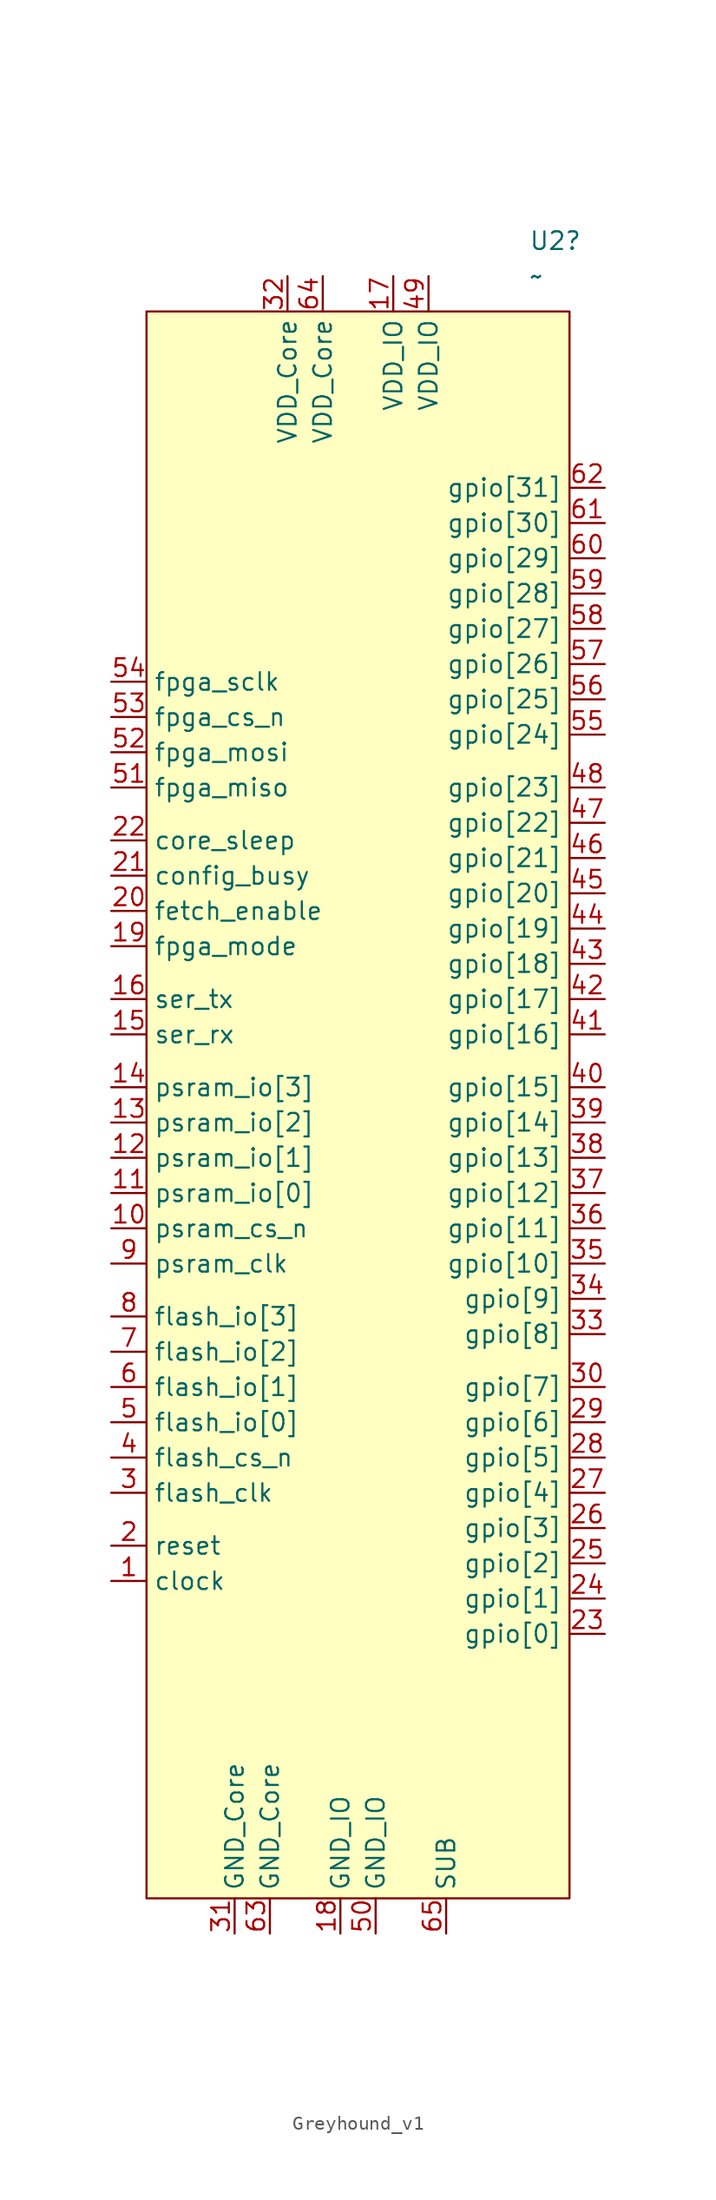
<source format=kicad_sym>
(kicad_symbol_lib
  (version 20241209)
  (generator "kicad_symbol_editor")
  (generator_version "9.0")
  (symbol "Greyhound_v1"
    (property "Reference" "U2"
      (at 12.303 58.42 0)
      (effects (font (size 1.27 1.27)) (justify left)))
    (property "Value" "~"
      (at 12.303 55.88 0)
      (effects (font (size 1.27 1.27)) (justify left)))
    (symbol "Greyhound_v1_0_0"
      (pin power_in line (at -6.35 -63.5 90) (length 2.54) (name "GND_Core" (effects (font (size 1.27 1.27)))) (number "63" (effects (font (size 1.27 1.27)))))
      (pin power_in line (at -2.54 55.88 270) (length 2.54) (name "VDD_Core" (effects (font (size 1.27 1.27)))) (number "64" (effects (font (size 1.27 1.27)))))
      (pin power_in line (at 2.54 55.88 270) (length 2.54) (name "VDD_IO" (effects (font (size 1.27 1.27)))) (number "17" (effects (font (size 1.27 1.27)))))
      (pin power_in line (at 6.35 -63.5 90) (length 2.54) (name "SUB" (effects (font (size 1.27 1.27)))) (number "65" (effects (font (size 1.27 1.27))))))
    (symbol "Greyhound_v1_1_0"
      (pin bidirectional line (at -17.78 26.67 0) (length 2.54) (name "fpga_sclk" (effects (font (size 1.27 1.27)))) (number "54" (effects (font (size 1.27 1.27)))))
      (pin bidirectional line (at -17.78 24.13 0) (length 2.54) (name "fpga_cs_n" (effects (font (size 1.27 1.27)))) (number "53" (effects (font (size 1.27 1.27)))))
      (pin bidirectional line (at -17.78 21.59 0) (length 2.54) (name "fpga_mosi" (effects (font (size 1.27 1.27)))) (number "52" (effects (font (size 1.27 1.27)))))
      (pin bidirectional line (at -17.78 19.05 0) (length 2.54) (name "fpga_miso" (effects (font (size 1.27 1.27)))) (number "51" (effects (font (size 1.27 1.27)))))
      (pin output line (at -17.78 15.24 0) (length 2.54) (name "core_sleep" (effects (font (size 1.27 1.27)))) (number "22" (effects (font (size 1.27 1.27)))))
      (pin output line (at -17.78 12.7 0) (length 2.54) (name "config_busy" (effects (font (size 1.27 1.27)))) (number "21" (effects (font (size 1.27 1.27)))))
      (pin input line (at -17.78 10.16 0) (length 2.54) (name "fetch_enable" (effects (font (size 1.27 1.27)))) (number "20" (effects (font (size 1.27 1.27)))))
      (pin input line (at -17.78 7.62 0) (length 2.54) (name "fpga_mode" (effects (font (size 1.27 1.27)))) (number "19" (effects (font (size 1.27 1.27)))))
      (pin output line (at -17.78 3.81 0) (length 2.54) (name "ser_tx" (effects (font (size 1.27 1.27)))) (number "16" (effects (font (size 1.27 1.27)))))
      (pin input line (at -17.78 1.27 0) (length 2.54) (name "ser_rx" (effects (font (size 1.27 1.27)))) (number "15" (effects (font (size 1.27 1.27)))))
      (pin bidirectional line (at -17.78 -2.54 0) (length 2.54) (name "psram_io[3]" (effects (font (size 1.27 1.27)))) (number "14" (effects (font (size 1.27 1.27)))))
      (pin bidirectional line (at -17.78 -5.08 0) (length 2.54) (name "psram_io[2]" (effects (font (size 1.27 1.27)))) (number "13" (effects (font (size 1.27 1.27)))))
      (pin bidirectional line (at -17.78 -7.62 0) (length 2.54) (name "psram_io[1]" (effects (font (size 1.27 1.27)))) (number "12" (effects (font (size 1.27 1.27)))))
      (pin bidirectional line (at -17.78 -10.16 0) (length 2.54) (name "psram_io[0]" (effects (font (size 1.27 1.27)))) (number "11" (effects (font (size 1.27 1.27)))))
      (pin output line (at -17.78 -12.7 0) (length 2.54) (name "psram_cs_n" (effects (font (size 1.27 1.27)))) (number "10" (effects (font (size 1.27 1.27)))))
      (pin output line (at -17.78 -15.24 0) (length 2.54) (name "psram_clk" (effects (font (size 1.27 1.27)))) (number "9" (effects (font (size 1.27 1.27)))))
      (pin bidirectional line (at -17.78 -19.05 0) (length 2.54) (name "flash_io[3]" (effects (font (size 1.27 1.27)))) (number "8" (effects (font (size 1.27 1.27)))))
      (pin bidirectional line (at -17.78 -21.59 0) (length 2.54) (name "flash_io[2]" (effects (font (size 1.27 1.27)))) (number "7" (effects (font (size 1.27 1.27)))))
      (pin bidirectional line (at -17.78 -24.13 0) (length 2.54) (name "flash_io[1]" (effects (font (size 1.27 1.27)))) (number "6" (effects (font (size 1.27 1.27)))))
      (pin bidirectional line (at -17.78 -26.67 0) (length 2.54) (name "flash_io[0]" (effects (font (size 1.27 1.27)))) (number "5" (effects (font (size 1.27 1.27)))))
      (pin output line (at -17.78 -29.21 0) (length 2.54) (name "flash_cs_n" (effects (font (size 1.27 1.27)))) (number "4" (effects (font (size 1.27 1.27)))))
      (pin output line (at -17.78 -31.75 0) (length 2.54) (name "flash_clk" (effects (font (size 1.27 1.27)))) (number "3" (effects (font (size 1.27 1.27)))))
      (pin input line (at -17.78 -35.56 0) (length 2.54) (name "reset" (effects (font (size 1.27 1.27)))) (number "2" (effects (font (size 1.27 1.27)))))
      (pin input line (at -17.78 -38.1 0) (length 2.54) (name "clock" (effects (font (size 1.27 1.27)))) (number "1" (effects (font (size 1.27 1.27)))))
      (pin power_in line (at -8.89 -63.5 90) (length 2.54) (name "GND_Core" (effects (font (size 1.27 1.27)))) (number "31" (effects (font (size 1.27 1.27)))))
      (pin power_in line (at -5.08 55.88 270) (length 2.54) (name "VDD_Core" (effects (font (size 1.27 1.27)))) (number "32" (effects (font (size 1.27 1.27)))))
      (pin power_in line (at -1.27 -63.5 90) (length 2.54) (name "GND_IO" (effects (font (size 1.27 1.27)))) (number "18" (effects (font (size 1.27 1.27)))))
      (pin power_in line (at 1.27 -63.5 90) (length 2.54) (name "GND_IO" (effects (font (size 1.27 1.27)))) (number "50" (effects (font (size 1.27 1.27)))))
      (pin power_in line (at 5.08 55.88 270) (length 2.54) (name "VDD_IO" (effects (font (size 1.27 1.27)))) (number "49" (effects (font (size 1.27 1.27)))))
      (pin bidirectional line (at 17.78 40.64 180) (length 2.54) (name "gpio[31]" (effects (font (size 1.27 1.27)))) (number "62" (effects (font (size 1.27 1.27)))))
      (pin bidirectional line (at 17.78 38.1 180) (length 2.54) (name "gpio[30]" (effects (font (size 1.27 1.27)))) (number "61" (effects (font (size 1.27 1.27)))))
      (pin bidirectional line (at 17.78 35.56 180) (length 2.54) (name "gpio[29]" (effects (font (size 1.27 1.27)))) (number "60" (effects (font (size 1.27 1.27)))))
      (pin bidirectional line (at 17.78 33.02 180) (length 2.54) (name "gpio[28]" (effects (font (size 1.27 1.27)))) (number "59" (effects (font (size 1.27 1.27)))))
      (pin bidirectional line (at 17.78 30.48 180) (length 2.54) (name "gpio[27]" (effects (font (size 1.27 1.27)))) (number "58" (effects (font (size 1.27 1.27)))))
      (pin bidirectional line (at 17.78 27.94 180) (length 2.54) (name "gpio[26]" (effects (font (size 1.27 1.27)))) (number "57" (effects (font (size 1.27 1.27)))))
      (pin bidirectional line (at 17.78 25.4 180) (length 2.54) (name "gpio[25]" (effects (font (size 1.27 1.27)))) (number "56" (effects (font (size 1.27 1.27)))))
      (pin bidirectional line (at 17.78 22.86 180) (length 2.54) (name "gpio[24]" (effects (font (size 1.27 1.27)))) (number "55" (effects (font (size 1.27 1.27)))))
      (pin bidirectional line (at 17.78 19.05 180) (length 2.54) (name "gpio[23]" (effects (font (size 1.27 1.27)))) (number "48" (effects (font (size 1.27 1.27)))))
      (pin bidirectional line (at 17.78 16.51 180) (length 2.54) (name "gpio[22]" (effects (font (size 1.27 1.27)))) (number "47" (effects (font (size 1.27 1.27)))))
      (pin bidirectional line (at 17.78 13.97 180) (length 2.54) (name "gpio[21]" (effects (font (size 1.27 1.27)))) (number "46" (effects (font (size 1.27 1.27)))))
      (pin bidirectional line (at 17.78 11.43 180) (length 2.54) (name "gpio[20]" (effects (font (size 1.27 1.27)))) (number "45" (effects (font (size 1.27 1.27)))))
      (pin bidirectional line (at 17.78 8.89 180) (length 2.54) (name "gpio[19]" (effects (font (size 1.27 1.27)))) (number "44" (effects (font (size 1.27 1.27)))))
      (pin bidirectional line (at 17.78 6.35 180) (length 2.54) (name "gpio[18]" (effects (font (size 1.27 1.27)))) (number "43" (effects (font (size 1.27 1.27)))))
      (pin bidirectional line (at 17.78 3.81 180) (length 2.54) (name "gpio[17]" (effects (font (size 1.27 1.27)))) (number "42" (effects (font (size 1.27 1.27)))))
      (pin bidirectional line (at 17.78 1.27 180) (length 2.54) (name "gpio[16]" (effects (font (size 1.27 1.27)))) (number "41" (effects (font (size 1.27 1.27)))))
      (pin bidirectional line (at 17.78 -2.54 180) (length 2.54) (name "gpio[15]" (effects (font (size 1.27 1.27)))) (number "40" (effects (font (size 1.27 1.27)))))
      (pin bidirectional line (at 17.78 -5.08 180) (length 2.54) (name "gpio[14]" (effects (font (size 1.27 1.27)))) (number "39" (effects (font (size 1.27 1.27)))))
      (pin bidirectional line (at 17.78 -7.62 180) (length 2.54) (name "gpio[13]" (effects (font (size 1.27 1.27)))) (number "38" (effects (font (size 1.27 1.27)))))
      (pin bidirectional line (at 17.78 -10.16 180) (length 2.54) (name "gpio[12]" (effects (font (size 1.27 1.27)))) (number "37" (effects (font (size 1.27 1.27)))))
      (pin bidirectional line (at 17.78 -12.7 180) (length 2.54) (name "gpio[11]" (effects (font (size 1.27 1.27)))) (number "36" (effects (font (size 1.27 1.27)))))
      (pin bidirectional line (at 17.78 -15.24 180) (length 2.54) (name "gpio[10]" (effects (font (size 1.27 1.27)))) (number "35" (effects (font (size 1.27 1.27)))))
      (pin bidirectional line (at 17.78 -17.78 180) (length 2.54) (name "gpio[9]" (effects (font (size 1.27 1.27)))) (number "34" (effects (font (size 1.27 1.27)))))
      (pin bidirectional line (at 17.78 -20.32 180) (length 2.54) (name "gpio[8]" (effects (font (size 1.27 1.27)))) (number "33" (effects (font (size 1.27 1.27)))))
      (pin bidirectional line (at 17.78 -24.13 180) (length 2.54) (name "gpio[7]" (effects (font (size 1.27 1.27)))) (number "30" (effects (font (size 1.27 1.27)))))
      (pin bidirectional line (at 17.78 -26.67 180) (length 2.54) (name "gpio[6]" (effects (font (size 1.27 1.27)))) (number "29" (effects (font (size 1.27 1.27)))))
      (pin bidirectional line (at 17.78 -29.21 180) (length 2.54) (name "gpio[5]" (effects (font (size 1.27 1.27)))) (number "28" (effects (font (size 1.27 1.27)))))
      (pin bidirectional line (at 17.78 -31.75 180) (length 2.54) (name "gpio[4]" (effects (font (size 1.27 1.27)))) (number "27" (effects (font (size 1.27 1.27)))))
      (pin bidirectional line (at 17.78 -34.29 180) (length 2.54) (name "gpio[3]" (effects (font (size 1.27 1.27)))) (number "26" (effects (font (size 1.27 1.27)))))
      (pin bidirectional line (at 17.78 -36.83 180) (length 2.54) (name "gpio[2]" (effects (font (size 1.27 1.27)))) (number "25" (effects (font (size 1.27 1.27)))))
      (pin power_in line (at 17.78 -39.37 180) (length 2.54) (name "gpio[1]" (effects (font (size 1.27 1.27)))) (number "24" (effects (font (size 1.27 1.27)))))
      (pin power_in line (at 17.78 -41.91 180) (length 2.54) (name "gpio[0]" (effects (font (size 1.27 1.27)))) (number "23" (effects (font (size 1.27 1.27))))))
    (symbol "Greyhound_v1_1_1"
      (rectangle (start -15.24 53.34) (end 15.24 -60.96) (stroke (width 0) (type solid)) (fill (type background))))))
</source>
